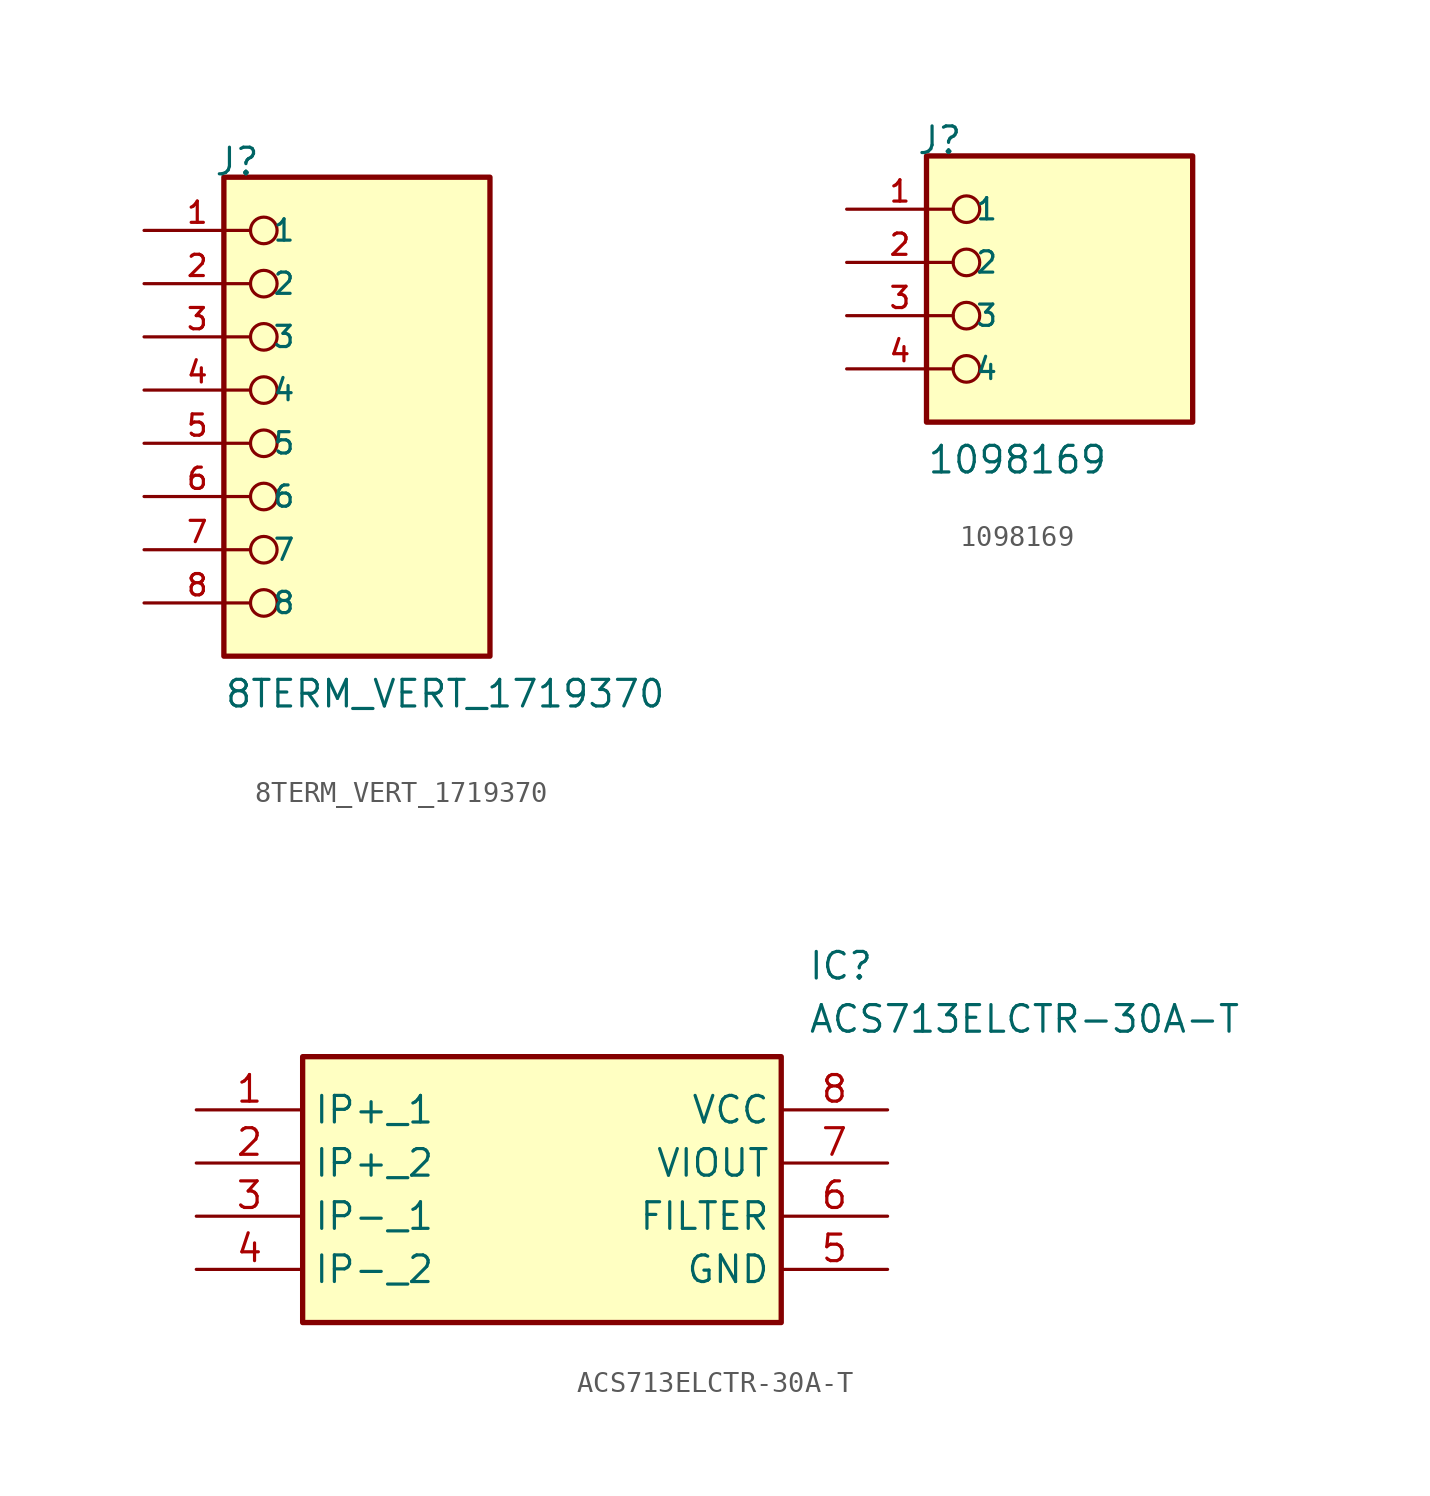
<source format=kicad_sym>
(kicad_symbol_lib
  (version 20231120)
  (generator "kicad_symbol_editor")
  (generator_version "8.0")
  (symbol "8TERM_VERT_1719370"
    (pin_names
      (offset 1.016))
    (property "Reference" "J"
      (at -6.85 12.7 0)
      (effects (font (size 1.27 1.27)) (justify left bottom)))
    (property "Value" "8TERM_VERT_1719370"
      (at -6.35 -12.7 0)
      (effects (font (size 1.27 1.27)) (justify left bottom)))
    (symbol "8TERM_VERT_1719370_0_0"
      (rectangle (start -6.35 -10.16) (end 6.35 12.7) (stroke (width 0.254) (type default)) (fill (type background)))
      (circle (center -4.445 -7.62) (radius 0.635) (stroke (width 0.152) (type default)) (fill (type none)))
      (circle (center -4.445 -5.08) (radius 0.635) (stroke (width 0.152) (type default)) (fill (type none)))
      (circle (center -4.445 -2.54) (radius 0.635) (stroke (width 0.152) (type default)) (fill (type none)))
      (circle (center -4.445 0) (radius 0.635) (stroke (width 0.152) (type default)) (fill (type none)))
      (circle (center -4.445 2.54) (radius 0.635) (stroke (width 0.152) (type default)) (fill (type none)))
      (circle (center -4.445 5.08) (radius 0.635) (stroke (width 0.152) (type default)) (fill (type none)))
      (circle (center -4.445 7.62) (radius 0.635) (stroke (width 0.152) (type default)) (fill (type none)))
      (circle (center -4.445 10.16) (radius 0.635) (stroke (width 0.152) (type default)) (fill (type none)))
      (pin passive line (at -10.16 10.16 0) (length 5.08) (name "1" (effects (font (size 1.016 1.016)))) (number "1" (effects (font (size 1.016 1.016)))))
      (pin passive line (at -10.16 7.62 0) (length 5.08) (name "2" (effects (font (size 1.016 1.016)))) (number "2" (effects (font (size 1.016 1.016)))))
      (pin passive line (at -10.16 5.08 0) (length 5.08) (name "3" (effects (font (size 1.016 1.016)))) (number "3" (effects (font (size 1.016 1.016)))))
      (pin passive line (at -10.16 2.54 0) (length 5.08) (name "4" (effects (font (size 1.016 1.016)))) (number "4" (effects (font (size 1.016 1.016)))))
      (pin passive line (at -10.16 0 0) (length 5.08) (name "5" (effects (font (size 1.016 1.016)))) (number "5" (effects (font (size 1.016 1.016)))))
      (pin passive line (at -10.16 -2.54 0) (length 5.08) (name "6" (effects (font (size 1.016 1.016)))) (number "6" (effects (font (size 1.016 1.016)))))
      (pin passive line (at -10.16 -5.08 0) (length 5.08) (name "7" (effects (font (size 1.016 1.016)))) (number "7" (effects (font (size 1.016 1.016)))))
      (pin passive line (at -10.16 -7.62 0) (length 5.08) (name "8" (effects (font (size 1.016 1.016)))) (number "8" (effects (font (size 1.016 1.016)))))))
  (symbol "1098169"
    (pin_names
      (offset 1.016))
    (property "Reference" "J"
      (at -6.85 7.62 0)
      (effects (font (size 1.27 1.27)) (justify left bottom)))
    (property "Value" "1098169"
      (at -6.35 -7.62 0)
      (effects (font (size 1.27 1.27)) (justify left bottom)))
    (symbol "1098169_0_0"
      (rectangle (start -6.35 -5.08) (end 6.35 7.62) (stroke (width 0.254) (type default)) (fill (type background)))
      (circle (center -4.445 -2.54) (radius 0.635) (stroke (width 0.152) (type default)) (fill (type none)))
      (circle (center -4.445 0) (radius 0.635) (stroke (width 0.152) (type default)) (fill (type none)))
      (circle (center -4.445 2.54) (radius 0.635) (stroke (width 0.152) (type default)) (fill (type none)))
      (circle (center -4.445 5.08) (radius 0.635) (stroke (width 0.152) (type default)) (fill (type none)))
      (pin passive line (at -10.16 5.08 0) (length 5.08) (name "1" (effects (font (size 1.016 1.016)))) (number "1" (effects (font (size 1.016 1.016)))))
      (pin passive line (at -10.16 2.54 0) (length 5.08) (name "2" (effects (font (size 1.016 1.016)))) (number "2" (effects (font (size 1.016 1.016)))))
      (pin passive line (at -10.16 0 0) (length 5.08) (name "3" (effects (font (size 1.016 1.016)))) (number "3" (effects (font (size 1.016 1.016)))))
      (pin passive line (at -10.16 -2.54 0) (length 5.08) (name "4" (effects (font (size 1.016 1.016)))) (number "4" (effects (font (size 1.016 1.016)))))))
  (symbol "ACS713ELCTR-30A-T"
    (property "Reference" "IC"
      (at 29.21 7.62 0)
      (effects (font (size 1.27 1.27)) (justify left top)))
    (property "Value" "ACS713ELCTR-30A-T"
      (at 29.21 5.08 0)
      (effects (font (size 1.27 1.27)) (justify left top)))
    (symbol "ACS713ELCTR-30A-T_1_1"
      (rectangle (start 5.08 2.54) (end 27.94 -10.16) (stroke (width 0.254) (type default)) (fill (type background)))
      (pin passive line (at 0 0 0) (length 5.08) (name "IP+_1" (effects (font (size 1.27 1.27)))) (number "1" (effects (font (size 1.27 1.27)))))
      (pin passive line (at 0 -2.54 0) (length 5.08) (name "IP+_2" (effects (font (size 1.27 1.27)))) (number "2" (effects (font (size 1.27 1.27)))))
      (pin passive line (at 0 -5.08 0) (length 5.08) (name "IP-_1" (effects (font (size 1.27 1.27)))) (number "3" (effects (font (size 1.27 1.27)))))
      (pin passive line (at 0 -7.62 0) (length 5.08) (name "IP-_2" (effects (font (size 1.27 1.27)))) (number "4" (effects (font (size 1.27 1.27)))))
      (pin passive line (at 33.02 -7.62 180) (length 5.08) (name "GND" (effects (font (size 1.27 1.27)))) (number "5" (effects (font (size 1.27 1.27)))))
      (pin passive line (at 33.02 -5.08 180) (length 5.08) (name "FILTER" (effects (font (size 1.27 1.27)))) (number "6" (effects (font (size 1.27 1.27)))))
      (pin passive line (at 33.02 -2.54 180) (length 5.08) (name "VIOUT" (effects (font (size 1.27 1.27)))) (number "7" (effects (font (size 1.27 1.27)))))
      (pin passive line (at 33.02 0 180) (length 5.08) (name "VCC" (effects (font (size 1.27 1.27)))) (number "8" (effects (font (size 1.27 1.27))))))))
</source>
